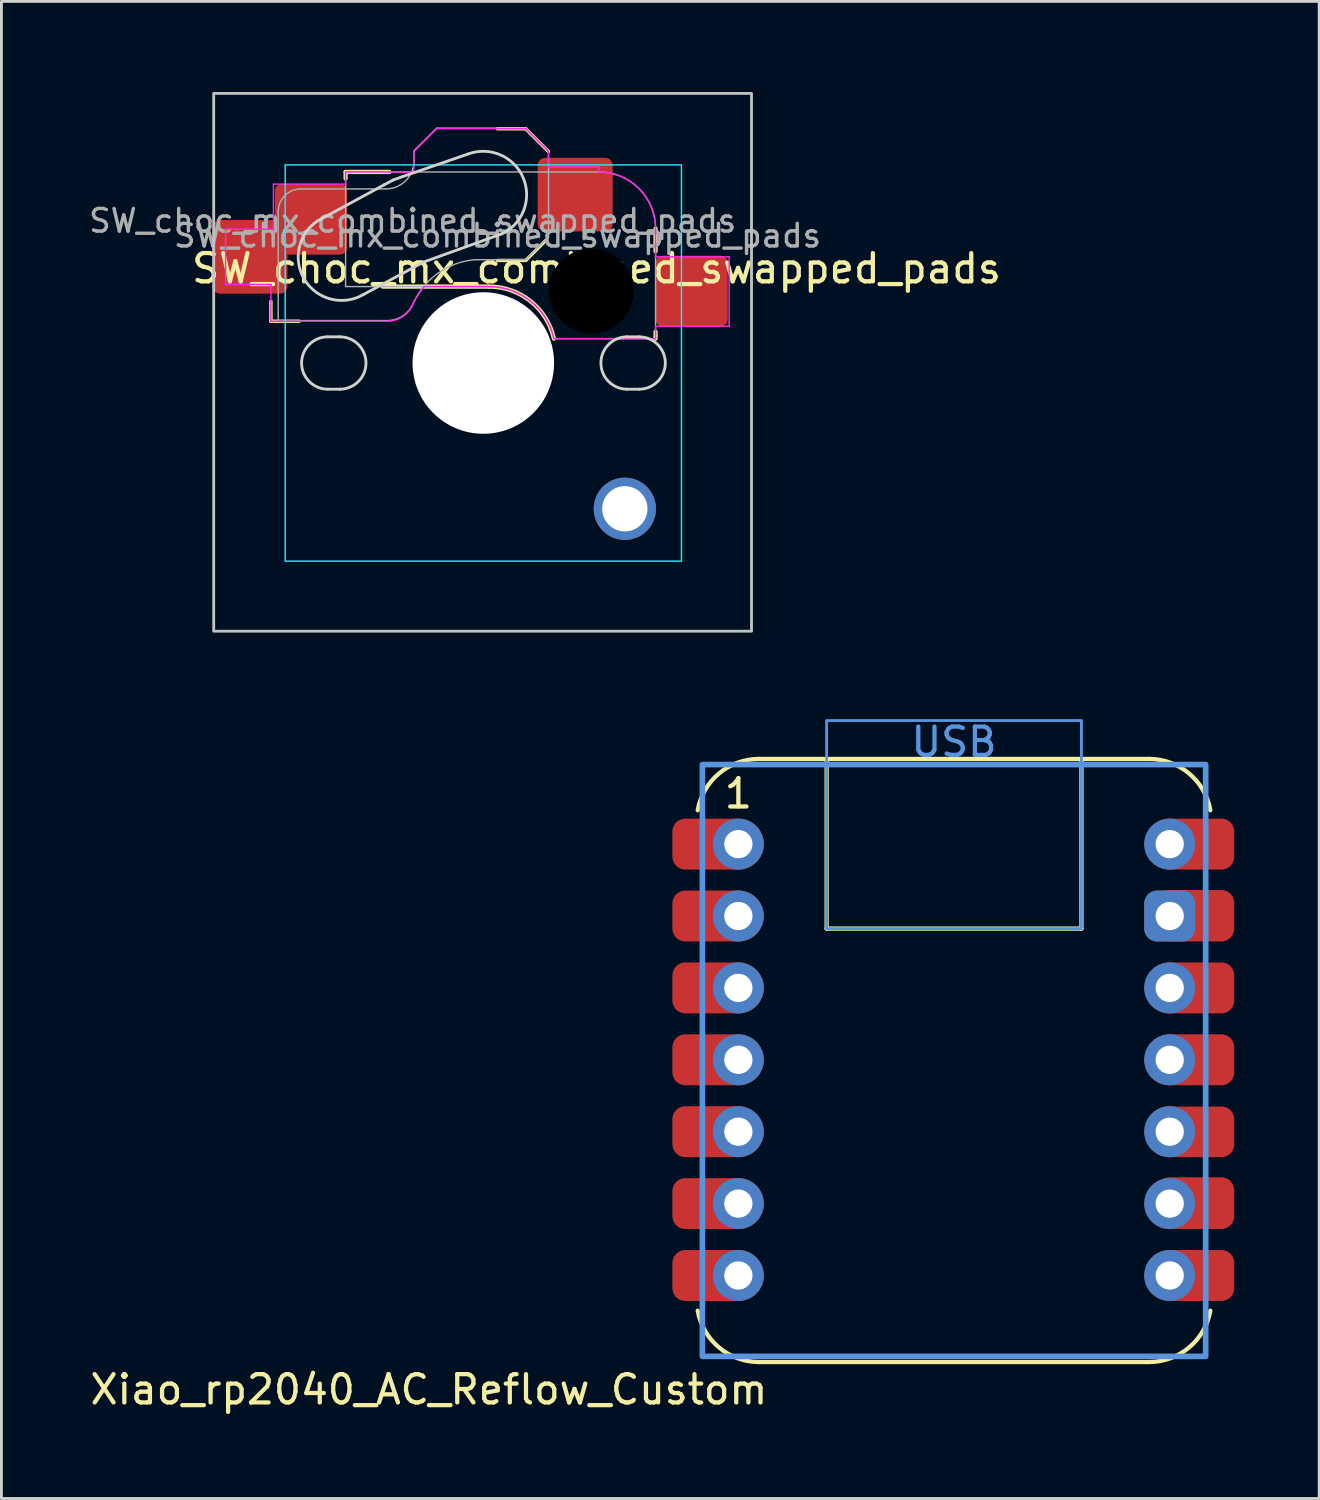
<source format=kicad_pcb>
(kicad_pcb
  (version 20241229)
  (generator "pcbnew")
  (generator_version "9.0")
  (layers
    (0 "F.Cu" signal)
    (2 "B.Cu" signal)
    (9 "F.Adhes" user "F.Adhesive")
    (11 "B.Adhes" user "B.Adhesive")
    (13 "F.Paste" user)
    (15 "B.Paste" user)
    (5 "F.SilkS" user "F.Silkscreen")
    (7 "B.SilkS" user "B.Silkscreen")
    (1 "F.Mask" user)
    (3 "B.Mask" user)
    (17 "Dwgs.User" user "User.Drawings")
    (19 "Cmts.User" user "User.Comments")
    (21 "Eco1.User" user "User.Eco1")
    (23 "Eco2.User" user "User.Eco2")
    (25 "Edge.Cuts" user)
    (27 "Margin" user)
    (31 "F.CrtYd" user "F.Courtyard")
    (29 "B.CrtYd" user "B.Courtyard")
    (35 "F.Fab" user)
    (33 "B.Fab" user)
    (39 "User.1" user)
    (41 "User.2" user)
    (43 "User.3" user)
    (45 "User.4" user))
  (footprint "Xiao_rp2040_AC_Reflow_Custom"
    (layer "F.Cu")
    (at 30.655 34.392)
    (property "Reference" "Xiao_rp2040_AC_Reflow_Custom" (at -6.5 11.65 0) (layer "F.SilkS") (effects (font (size 1 1) (thickness 0.15)) (justify right)))
    (attr smd exclude_from_pos_files exclude_from_bom)
    (fp_line (start -6.89 -10.63) (end 6.89 -10.63) (stroke (width 0.15) (type default)) (layer "F.SilkS"))
    (fp_line (start -4.501 -4.636) (end -4.501 -10.63) (stroke (width 0.15) (type default)) (layer "F.SilkS"))
    (fp_line (start 4.501 -4.636) (end -4.501 -4.636) (stroke (width 0.15) (type default)) (layer "F.SilkS"))
    (fp_line (start 4.501 -4.636) (end 4.501 -10.63) (stroke (width 0.15) (type default)) (layer "F.SilkS"))
    (fp_line (start 6.89 10.678) (end -6.89 10.678) (stroke (width 0.15) (type default)) (layer "F.SilkS"))
    (fp_arc (start -9.055742 -8.816738) (mid -8.302299 -10.116834) (end -6.890001 -10.63) (stroke (width 0.15) (type default)) (layer "F.SilkS"))
    (fp_arc (start -6.89 10.6775) (mid -8.302299 10.164335) (end -9.055742 8.864239) (stroke (width 0.15) (type default)) (layer "F.SilkS"))
    (fp_arc (start 6.889999 -10.63) (mid 8.302298 -10.116835) (end 9.05574 -8.816738) (stroke (width 0.15) (type default)) (layer "F.SilkS"))
    (fp_arc (start 9.05574 8.864238) (mid 8.302298 10.164335) (end 6.889999 10.6775) (stroke (width 0.15) (type default)) (layer "F.SilkS"))
    (fp_rect (start -8.89 -10.43) (end 8.89 10.477) (stroke (width 0.2) (type solid)) (fill no) (layer "Cmts.User"))
    (fp_rect (start -4.501 -11.986) (end 4.501 -4.636) (stroke (width 0.1) (type default)) (fill no) (layer "Cmts.User"))
    (fp_text user "1" (at -7.62 -8.82 0) (layer "F.SilkS") (effects (font (size 1 1) (thickness 0.15)) (justify bottom)))
    (fp_text user "USB" (at -0.000001 -10.643 0) (layer "Cmts.User") (effects (font (size 1 1) (thickness 0.15)) (justify bottom)))
    (pad "1" smd roundrect (at -8.575 -7.62) (size 2.75 1.8) (layers "F.Cu" "F.Mask" "F.Paste") (roundrect_rratio 0.25))
    (pad "1" thru_hole circle (at -7.62 -7.62) (size 1.8 1.8) (drill 1) (layers "*.Cu" "*.Mask"))
    (pad "2" smd roundrect (at -8.55 -5.08) (size 2.8 1.8) (layers "F.Cu" "F.Mask" "F.Paste") (roundrect_rratio 0.25))
    (pad "2" thru_hole circle (at -7.62 -5.08) (size 1.8 1.8) (drill 1) (layers "*.Cu" "*.Mask"))
    (pad "3" smd roundrect (at -8.55 -2.54) (size 2.8 1.8) (layers "F.Cu" "F.Mask" "F.Paste") (roundrect_rratio 0.25))
    (pad "3" thru_hole circle (at -7.62 -2.54) (size 1.8 1.8) (drill 1) (layers "*.Cu" "*.Mask"))
    (pad "4" smd roundrect (at -8.55 0) (size 2.8 1.8) (layers "F.Cu" "F.Mask" "F.Paste") (roundrect_rratio 0.25))
    (pad "4" thru_hole circle (at -7.62 0) (size 1.8 1.8) (drill 1) (layers "*.Cu" "*.Mask"))
    (pad "5" smd roundrect (at -8.55 2.54) (size 2.8 1.8) (layers "F.Cu" "F.Mask" "F.Paste") (roundrect_rratio 0.25))
    (pad "5" thru_hole circle (at -7.62 2.54) (size 1.8 1.8) (drill 1) (layers "*.Cu" "*.Mask"))
    (pad "6" smd roundrect (at -8.55 5.08) (size 2.8 1.8) (layers "F.Cu" "F.Mask" "F.Paste") (roundrect_rratio 0.25))
    (pad "6" thru_hole circle (at -7.62 5.08) (size 1.8 1.8) (drill 1) (layers "*.Cu" "*.Mask"))
    (pad "7" smd roundrect (at -8.55 7.62) (size 2.8 1.8) (layers "F.Cu" "F.Mask" "F.Paste") (roundrect_rratio 0.25))
    (pad "7" thru_hole circle (at -7.62 7.62) (size 1.8 1.8) (drill 1) (layers "*.Cu" "*.Mask"))
    (pad "8" thru_hole circle (at 7.62 -7.62 180) (size 1.8 1.8) (drill 1) (layers "*.Cu" "*.Mask"))
    (pad "8" smd roundrect (at 8.525 -7.62 180) (size 2.75 1.8) (layers "F.Cu" "F.Mask" "F.Paste") (roundrect_rratio 0.25))
    (pad "9" thru_hole roundrect (at 7.62 -5.08 180) (size 1.8 1.8) (drill 1) (layers "*.Cu" "*.Mask") (roundrect_rratio 0.25))
    (pad "9" smd roundrect (at 8.525 -5.09 180) (size 2.75 1.82) (layers "F.Cu" "F.Mask" "F.Paste") (roundrect_rratio 0.25))
    (pad "10" thru_hole circle (at 7.62 -2.54 180) (size 1.8 1.8) (drill 1) (layers "*.Cu" "*.Mask"))
    (pad "10" smd roundrect (at 8.525 -2.54 180) (size 2.75 1.8) (layers "F.Cu" "F.Mask" "F.Paste") (roundrect_rratio 0.25))
    (pad "11" thru_hole circle (at 7.62 0 180) (size 1.8 1.8) (drill 1) (layers "*.Cu" "*.Mask"))
    (pad "11" smd roundrect (at 8.525 0 180) (size 2.75 1.8) (layers "F.Cu" "F.Mask" "F.Paste") (roundrect_rratio 0.25))
    (pad "12" thru_hole circle (at 7.62 2.54 180) (size 1.8 1.8) (drill 1) (layers "*.Cu" "*.Mask"))
    (pad "12" smd roundrect (at 8.525 2.545 180) (size 2.75 1.79) (layers "F.Cu" "F.Mask" "F.Paste") (roundrect_rratio 0.25))
    (pad "13" thru_hole circle (at 7.62 5.08) (size 1.8 1.8) (drill 1) (layers "*.Cu" "*.Mask"))
    (pad "13" smd roundrect (at 8.525 5.065) (size 2.75 1.83) (layers "F.Cu" "F.Mask" "F.Paste") (roundrect_rratio 0.25))
    (pad "14" thru_hole circle (at 7.62 7.62) (size 1.8 1.8) (drill 1) (layers "*.Cu" "*.Mask"))
    (pad "14" smd roundrect (at 8.525 7.62) (size 2.75 1.8) (layers "F.Cu" "F.Mask" "F.Paste") (roundrect_rratio 0.25)))
  (footprint "SW_choc_mx_combined_swapped_pads"
    (layer "F.Cu")
    (at 4.5 0.25)
    (property "Reference" "SW_choc_mx_combined_swapped_pads" (at 13.525 6.185 0) (layer "F.SilkS") (effects (font (size 1 1) (thickness 0.15))))
    (attr smd)
    (fp_line (start 2.021 8.05) (end 2.021 7.35) (stroke (width 0.12) (type solid)) (layer "F.SilkS"))
    (fp_line (start 2.021 8.05) (end 3.021 8.05) (stroke (width 0.12) (type solid)) (layer "F.SilkS"))
    (fp_line (start 4.66 2.775) (end 4.66 3.005) (stroke (width 0.15) (type solid)) (layer "F.SilkS"))
    (fp_line (start 5.97 6.825) (end 9.725 6.825) (stroke (width 0.15) (type solid)) (layer "F.SilkS"))
    (fp_line (start 6.21 2.775) (end 4.66 2.775) (stroke (width 0.15) (type solid)) (layer "F.SilkS"))
    (fp_line (start 11.025 1.25) (end 10.025 1.25) (stroke (width 0.12) (type solid)) (layer "F.SilkS"))
    (fp_line (start 11.025 5.9) (end 10.025 5.9) (stroke (width 0.12) (type solid)) (layer "F.SilkS"))
    (fp_line (start 11.025 5.9) (end 11.743 5.182) (stroke (width 0.12) (type solid)) (layer "F.SilkS"))
    (fp_line (start 11.825 2.05) (end 11.025 1.25) (stroke (width 0.12) (type solid)) (layer "F.SilkS"))
    (fp_line (start 15.61 5.575) (end 15.61 4.775) (stroke (width 0.15) (type solid)) (layer "F.SilkS"))
    (fp_line (start 15.61 8.425) (end 15.61 8.665) (stroke (width 0.15) (type solid)) (layer "F.SilkS"))
    (fp_arc (start 9.725 6.82478) (mid 11.195693 7.341362) (end 12.019322 8.66478) (stroke (width 0.15) (type solid)) (layer "F.SilkS"))
    (fp_rect (start 0 0) (end 19 19) (stroke (width 0.1) (type default)) (fill no) (layer "Dwgs.User"))
    (fp_line (start 2.525 3.025) (end 2.525 16.025) (stroke (width 0.05) (type solid)) (layer "Eco2.User"))
    (fp_line (start 2.575 15.975) (end 2.575 3.075) (stroke (width 0.05) (type solid)) (layer "Eco2.User"))
    (fp_line (start 3.025 16.525) (end 16.025 16.525) (stroke (width 0.05) (type solid)) (layer "Eco2.User"))
    (fp_line (start 3.075 2.575) (end 15.975 2.575) (stroke (width 0.05) (type solid)) (layer "Eco2.User"))
    (fp_line (start 15.975 16.475) (end 3.075 16.475) (stroke (width 0.05) (type solid)) (layer "Eco2.User"))
    (fp_line (start 16.025 2.525) (end 3.025 2.525) (stroke (width 0.05) (type solid)) (layer "Eco2.User"))
    (fp_line (start 16.475 3.075) (end 16.475 15.975) (stroke (width 0.05) (type solid)) (layer "Eco2.User"))
    (fp_line (start 16.525 16.025) (end 16.525 3.025) (stroke (width 0.05) (type solid)) (layer "Eco2.User"))
    (fp_arc (start 2.525 3.025) (mid 2.671447 2.671447) (end 3.025 2.525) (stroke (width 0.05) (type solid)) (layer "Eco2.User"))
    (fp_arc (start 2.575 3.075) (mid 2.721447 2.721447) (end 3.075 2.575) (stroke (width 0.05) (type solid)) (layer "Eco2.User"))
    (fp_arc (start 2.575 3.075) (mid 2.721447 2.721447) (end 3.075 2.575) (stroke (width 0.05) (type solid)) (layer "Eco2.User"))
    (fp_arc (start 3.027764 16.523884) (mid 2.674213 16.377436) (end 2.527764 16.023884) (stroke (width 0.05) (type solid)) (layer "Eco2.User"))
    (fp_arc (start 3.075 16.475) (mid 2.721447 16.328553) (end 2.575 15.975) (stroke (width 0.05) (type solid)) (layer "Eco2.User"))
    (fp_arc (start 15.975 2.575) (mid 16.328553 2.721447) (end 16.475 3.075) (stroke (width 0.05) (type solid)) (layer "Eco2.User"))
    (fp_arc (start 16.025 2.525) (mid 16.378553 2.671447) (end 16.525 3.025) (stroke (width 0.05) (type solid)) (layer "Eco2.User"))
    (fp_arc (start 16.475 15.975) (mid 16.328553 16.328553) (end 15.975 16.475) (stroke (width 0.05) (type solid)) (layer "Eco2.User"))
    (fp_arc (start 16.525 16.025) (mid 16.378553 16.378553) (end 16.025 16.525) (stroke (width 0.05) (type solid)) (layer "Eco2.User"))
    (fp_line (start 3.672 4.503) (end 6.02 3.23) (stroke (width 0.1) (type default)) (layer "Edge.Cuts"))
    (fp_line (start 4.03 8.6) (end 4.455 8.6) (stroke (width 0.1) (type default)) (layer "Edge.Cuts"))
    (fp_line (start 4.455 10.45) (end 4.03 10.45) (stroke (width 0.1) (type default)) (layer "Edge.Cuts"))
    (fp_line (start 5.3 7.1) (end 7.41 5.96) (stroke (width 0.1) (type default)) (layer "Edge.Cuts"))
    (fp_line (start 6.34 3.06) (end 6.02 3.23) (stroke (width 0.1) (type default)) (layer "Edge.Cuts"))
    (fp_line (start 6.67 2.94) (end 6.34 3.06) (stroke (width 0.1) (type default)) (layer "Edge.Cuts"))
    (fp_line (start 6.67 2.94) (end 8.99 2.14) (stroke (width 0.1) (type default)) (layer "Edge.Cuts"))
    (fp_line (start 7.41 5.96) (end 10.18 4.96) (stroke (width 0.1) (type default)) (layer "Edge.Cuts"))
    (fp_line (start 14.605 8.6) (end 15.03 8.6) (stroke (width 0.1) (type default)) (layer "Edge.Cuts"))
    (fp_line (start 15.03 10.45) (end 14.605 10.45) (stroke (width 0.1) (type default)) (layer "Edge.Cuts"))
    (fp_arc (start 4.03 10.45) (mid 3.105 9.525) (end 4.03 8.6) (stroke (width 0.1) (type default)) (layer "Edge.Cuts"))
    (fp_arc (start 4.455 8.6) (mid 5.38 9.525) (end 4.455 10.45) (stroke (width 0.1) (type default)) (layer "Edge.Cuts"))
    (fp_arc (start 5.3 7.099999) (mid 3.220924 6.59437) (end 3.67182 4.502742) (stroke (width 0.1) (type default)) (layer "Edge.Cuts"))
    (fp_arc (start 8.99 2.14) (mid 10.933677 2.983328) (end 10.182043 4.964269) (stroke (width 0.1) (type default)) (layer "Edge.Cuts"))
    (fp_arc (start 14.605 10.45) (mid 13.68 9.525) (end 14.605 8.6) (stroke (width 0.1) (type default)) (layer "Edge.Cuts"))
    (fp_arc (start 15.03 8.6) (mid 15.955 9.525) (end 15.03 10.45) (stroke (width 0.1) (type default)) (layer "Edge.Cuts"))
    (fp_rect (start 16.525 16.525) (end 2.525 2.525) (stroke (width 0.05) (type default)) (fill no) (layer "B.CrtYd"))
    (fp_line (start 0.421 4.8) (end 0.421 6.75) (stroke (width 0.05) (type solid)) (layer "F.CrtYd"))
    (fp_line (start 0.421 6.75) (end 2.021 6.75) (stroke (width 0.05) (type solid)) (layer "F.CrtYd"))
    (fp_line (start 2.021 7.35) (end 2.021 6.75) (stroke (width 0.05) (type solid)) (layer "F.CrtYd"))
    (fp_line (start 2.021 8.05) (end 2.021 7.35) (stroke (width 0.05) (type solid)) (layer "F.CrtYd"))
    (fp_line (start 2.021 8.05) (end 6.125 8.05) (stroke (width 0.05) (type solid)) (layer "F.CrtYd"))
    (fp_line (start 2.11 4.8) (end 0.421 4.8) (stroke (width 0.05) (type solid)) (layer "F.CrtYd"))
    (fp_line (start 2.11 3.205) (end 4.66 3.205) (stroke (width 0.05) (type solid)) (layer "F.CrtYd"))
    (fp_line (start 2.11 4.8) (end 2.11 3.205) (stroke (width 0.05) (type solid)) (layer "F.CrtYd"))
    (fp_line (start 4.66 2.775) (end 4.66 3.205) (stroke (width 0.05) (type solid)) (layer "F.CrtYd"))
    (fp_line (start 7.07 2.77) (end 4.66 2.77) (stroke (width 0.05) (type solid)) (layer "F.CrtYd"))
    (fp_line (start 7.075 2.05) (end 7.07 2.77) (stroke (width 0.05) (type solid)) (layer "F.CrtYd"))
    (fp_line (start 7.075 2.05) (end 7.875 1.25) (stroke (width 0.05) (type solid)) (layer "F.CrtYd"))
    (fp_line (start 7.44 6.825) (end 9.725 6.825) (stroke (width 0.05) (type solid)) (layer "F.CrtYd"))
    (fp_line (start 11.025 1.25) (end 7.875 1.25) (stroke (width 0.05) (type solid)) (layer "F.CrtYd"))
    (fp_line (start 11.825 2.05) (end 11.025 1.25) (stroke (width 0.05) (type solid)) (layer "F.CrtYd"))
    (fp_line (start 11.825 2.05) (end 11.825 2.6) (stroke (width 0.05) (type solid)) (layer "F.CrtYd"))
    (fp_line (start 13.61 2.6) (end 11.825 2.6) (stroke (width 0.05) (type solid)) (layer "F.CrtYd"))
    (fp_line (start 13.61 2.775) (end 13.61 2.6) (stroke (width 0.05) (type solid)) (layer "F.CrtYd"))
    (fp_line (start 15.61 5.775) (end 15.61 4.775) (stroke (width 0.05) (type solid)) (layer "F.CrtYd"))
    (fp_line (start 15.61 5.775) (end 18.21 5.775) (stroke (width 0.05) (type solid)) (layer "F.CrtYd"))
    (fp_line (start 15.61 8.225) (end 15.61 8.665) (stroke (width 0.05) (type solid)) (layer "F.CrtYd"))
    (fp_line (start 15.61 8.665) (end 12.019 8.665) (stroke (width 0.05) (type solid)) (layer "F.CrtYd"))
    (fp_line (start 18.21 5.775) (end 18.21 8.225) (stroke (width 0.05) (type solid)) (layer "F.CrtYd"))
    (fp_line (start 18.21 8.225) (end 15.61 8.225) (stroke (width 0.05) (type solid)) (layer "F.CrtYd"))
    (fp_arc (start 7.064693 7.39202) (mid 6.698577 7.869152) (end 6.125 8.05) (stroke (width 0.05) (type solid)) (layer "F.CrtYd"))
    (fp_arc (start 7.064693 7.39202) (mid 7.232493 7.095264) (end 7.44 6.82478) (stroke (width 0.05) (type solid)) (layer "F.CrtYd"))
    (fp_arc (start 9.725 6.82478) (mid 11.195505 7.3416) (end 12.019322 8.66478) (stroke (width 0.05) (type solid)) (layer "F.CrtYd"))
    (fp_arc (start 13.610176 2.77478) (mid 15.024407 3.36055) (end 15.610176 4.77478) (stroke (width 0.05) (type solid)) (layer "F.CrtYd"))
    (fp_line (start 2.279 4.175) (end 2.279 8.025) (stroke (width 0.05) (type solid)) (layer "F.Fab"))
    (fp_line (start 2.279 8.025) (end 6.129 8.025) (stroke (width 0.05) (type solid)) (layer "F.Fab"))
    (fp_line (start 4.66 2.775) (end 4.66 6.825) (stroke (width 0.05) (type solid)) (layer "F.Fab"))
    (fp_line (start 4.66 6.825) (end 9.725 6.825) (stroke (width 0.05) (type solid)) (layer "F.Fab"))
    (fp_line (start 6.079 3.375) (end 3.079 3.375) (stroke (width 0.05) (type solid)) (layer "F.Fab"))
    (fp_line (start 7.079 2.025) (end 7.079 2.375) (stroke (width 0.05) (type solid)) (layer "F.Fab"))
    (fp_line (start 7.079 2.025) (end 7.879 1.225) (stroke (width 0.05) (type solid)) (layer "F.Fab"))
    (fp_line (start 11.029 1.225) (end 7.879 1.225) (stroke (width 0.05) (type solid)) (layer "F.Fab"))
    (fp_line (start 11.029 5.875) (end 9.229 5.875) (stroke (width 0.05) (type solid)) (layer "F.Fab"))
    (fp_line (start 11.029 5.875) (end 11.829 5.075) (stroke (width 0.05) (type solid)) (layer "F.Fab"))
    (fp_line (start 11.829 2.025) (end 11.029 1.225) (stroke (width 0.05) (type solid)) (layer "F.Fab"))
    (fp_line (start 11.829 2.025) (end 11.829 5.075) (stroke (width 0.05) (type solid)) (layer "F.Fab"))
    (fp_line (start 13.61 2.775) (end 4.66 2.775) (stroke (width 0.05) (type solid)) (layer "F.Fab"))
    (fp_line (start 15.61 8.665) (end 12.019 8.665) (stroke (width 0.05) (type solid)) (layer "F.Fab"))
    (fp_line (start 15.61 8.665) (end 15.61 4.775) (stroke (width 0.05) (type solid)) (layer "F.Fab"))
    (fp_arc (start 2.279 4.175) (mid 2.513315 3.609315) (end 3.079 3.375) (stroke (width 0.05) (type solid)) (layer "F.Fab"))
    (fp_arc (start 7.068693 7.36702) (mid 6.702577 7.844152) (end 6.129 8.025) (stroke (width 0.05) (type solid)) (layer "F.Fab"))
    (fp_arc (start 7.073556 7.36707) (mid 7.951729 6.332766) (end 9.229001 5.875001) (stroke (width 0.05) (type solid)) (layer "F.Fab"))
    (fp_arc (start 7.079 2.375) (mid 6.786107 3.082107) (end 6.079 3.375) (stroke (width 0.05) (type solid)) (layer "F.Fab"))
    (fp_arc (start 9.725 6.82478) (mid 11.195505 7.3416) (end 12.019322 8.66478) (stroke (width 0.05) (type solid)) (layer "F.Fab"))
    (fp_arc (start 13.610176 2.77478) (mid 15.024407 3.36055) (end 15.610176 4.77478) (stroke (width 0.05) (type solid)) (layer "F.Fab"))
    (fp_text user "${REFERENCE}" (at 10.025 5.025 0) (layer "F.Fab") (effects (font (size 0.8 0.8) (thickness 0.12))))
    (fp_text user "${REFERENCE}" (at 7.029 4.5 0) (layer "F.Fab") (effects (font (size 0.8 0.8) (thickness 0.12))))
    (pad "" np_thru_hole circle (at 9.525 9.525 180) (size 5 5) (drill 5) (layers "*.Cu" "*.Mask"))
    (pad "" np_thru_hole circle (at 13.335 6.985) (size 3.3 3.3) (drill 3) (layers "*.Mask"))
    (pad "1" smd roundrect (at 12.77 3.575) (size 2.65 2.6) (layers "F.Cu" "F.Mask" "F.Paste") (roundrect_rratio 0.1))
    (pad "1" thru_hole circle (at 14.525 14.675 180) (size 2.2 2.2) (drill 1.6) (layers "*.Cu" "F.Mask"))
    (pad "1" smd roundrect (at 16.885 6.985) (size 2.55 2.5) (layers "F.Cu" "F.Mask" "F.Paste") (roundrect_rratio 0.1))
    (pad "2" smd roundrect (at 1.28 5.775) (size 2.65 2.6) (layers "F.Cu" "F.Mask" "F.Paste") (roundrect_rratio 0.1))
    (pad "2" smd roundrect (at 3.435 4.445) (size 2.55 2.5) (layers "F.Cu" "F.Mask" "F.Paste") (roundrect_rratio 0.1)))
  (gr_rect
    (start -3 -3)
    (end 43.555 49.891)
    (stroke (width 0.1) (type default))
    (fill no)
    (layer "Edge.Cuts")))
</source>
